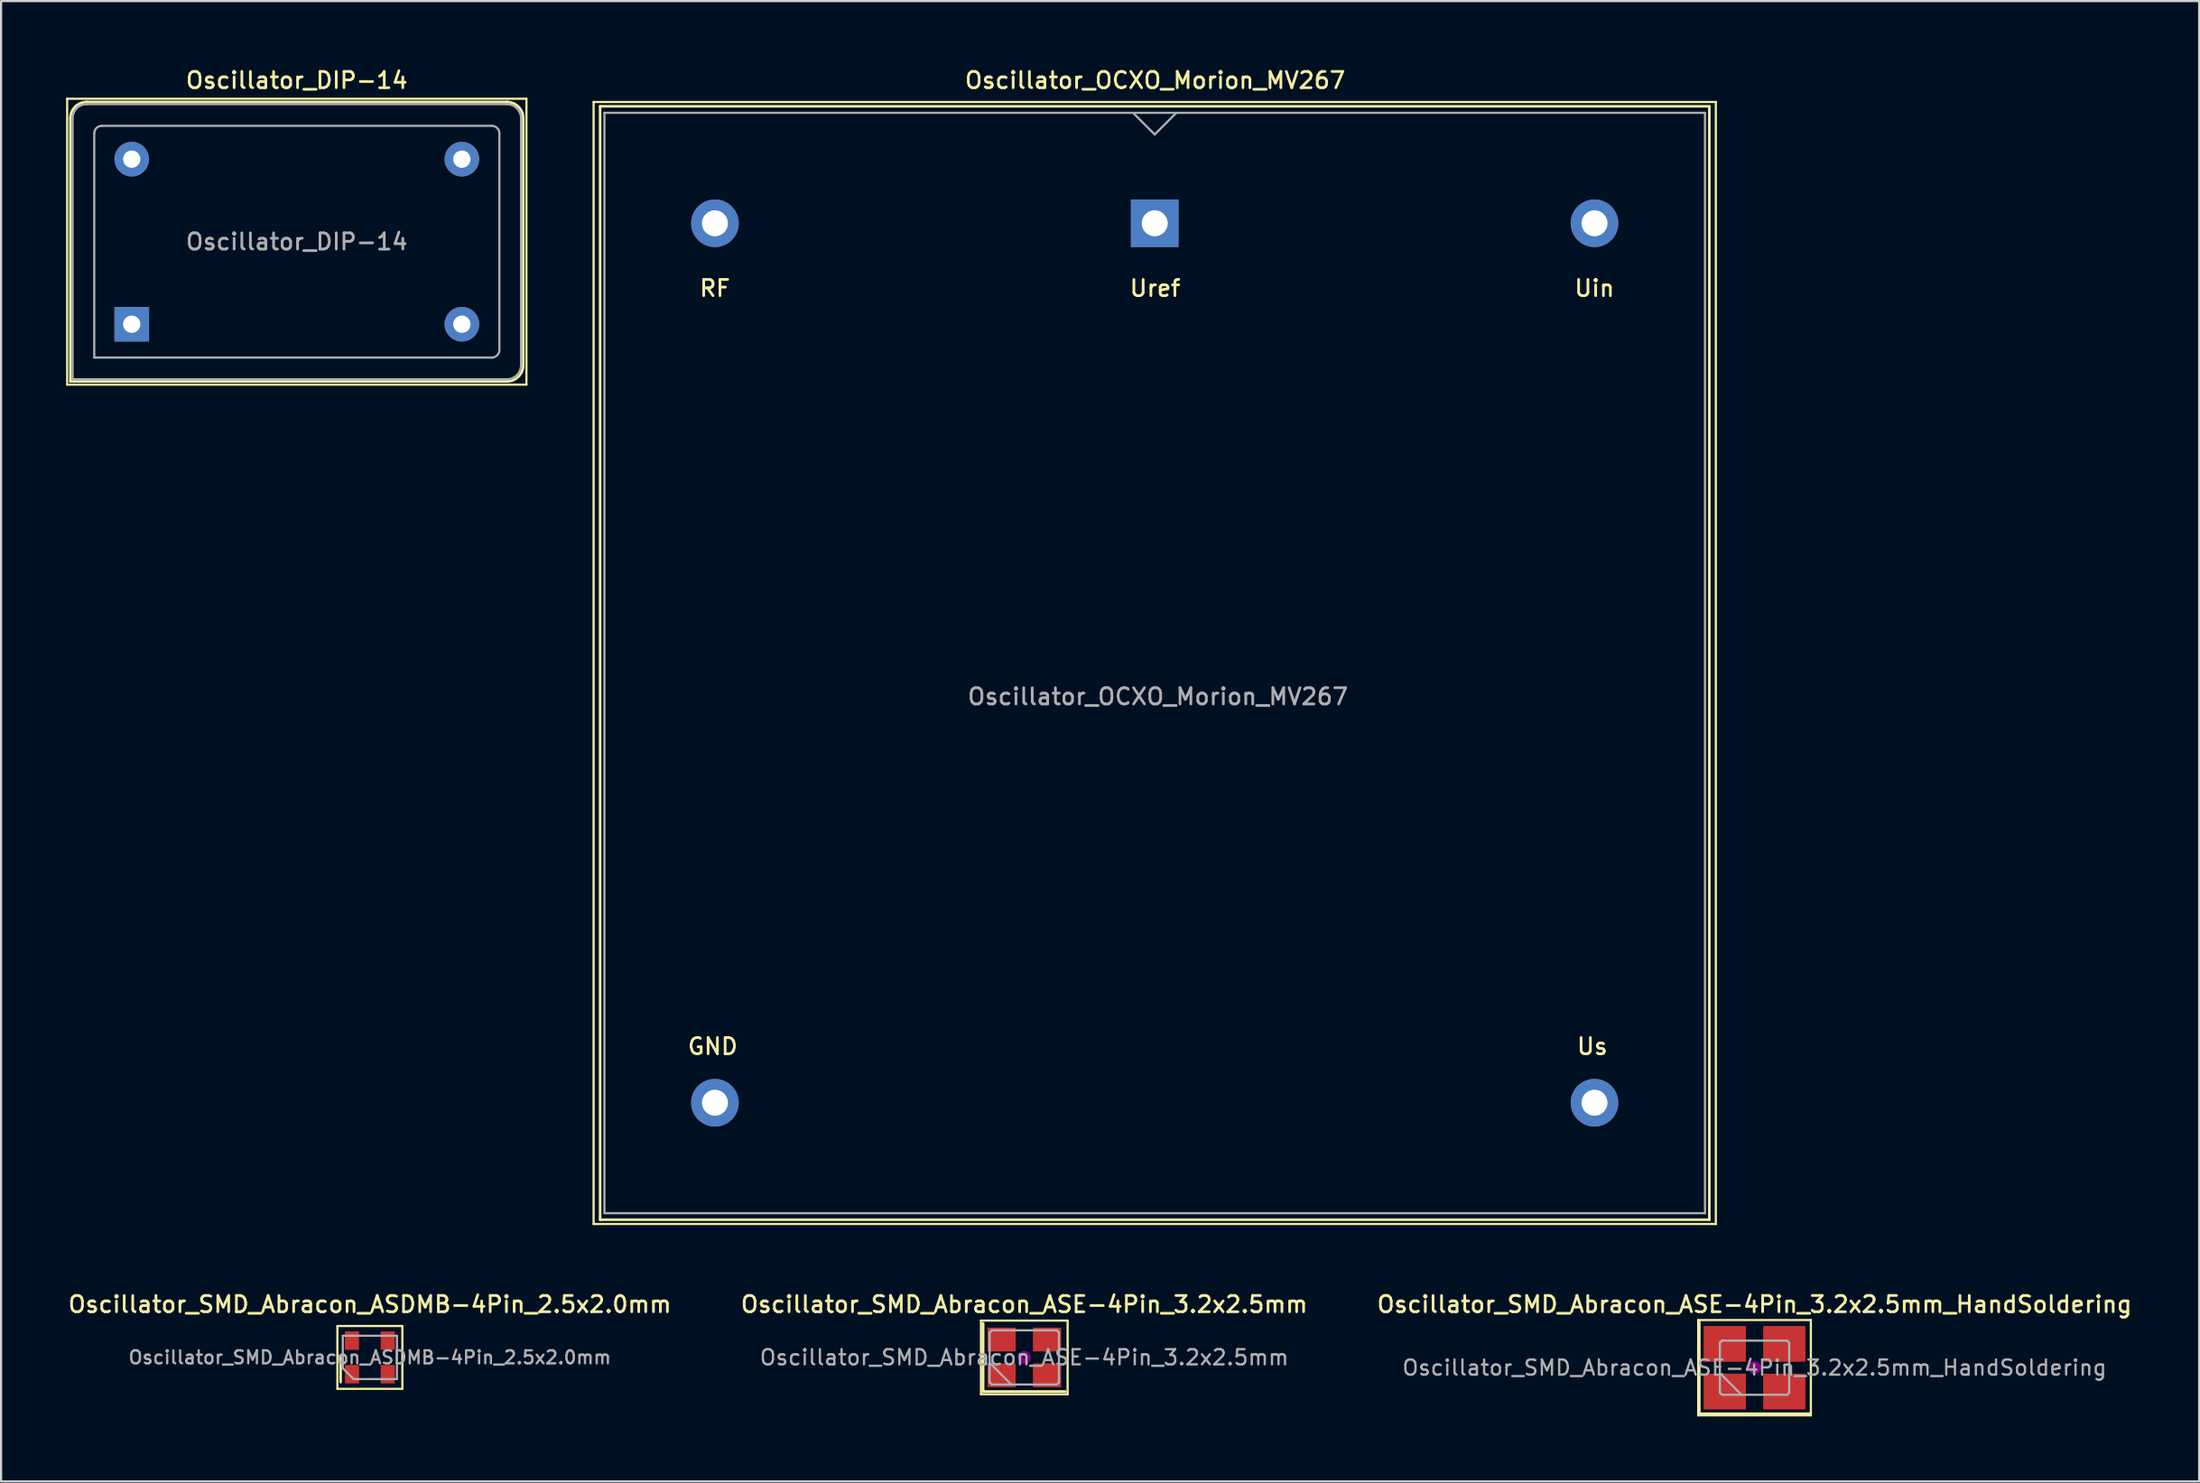
<source format=kicad_pcb>
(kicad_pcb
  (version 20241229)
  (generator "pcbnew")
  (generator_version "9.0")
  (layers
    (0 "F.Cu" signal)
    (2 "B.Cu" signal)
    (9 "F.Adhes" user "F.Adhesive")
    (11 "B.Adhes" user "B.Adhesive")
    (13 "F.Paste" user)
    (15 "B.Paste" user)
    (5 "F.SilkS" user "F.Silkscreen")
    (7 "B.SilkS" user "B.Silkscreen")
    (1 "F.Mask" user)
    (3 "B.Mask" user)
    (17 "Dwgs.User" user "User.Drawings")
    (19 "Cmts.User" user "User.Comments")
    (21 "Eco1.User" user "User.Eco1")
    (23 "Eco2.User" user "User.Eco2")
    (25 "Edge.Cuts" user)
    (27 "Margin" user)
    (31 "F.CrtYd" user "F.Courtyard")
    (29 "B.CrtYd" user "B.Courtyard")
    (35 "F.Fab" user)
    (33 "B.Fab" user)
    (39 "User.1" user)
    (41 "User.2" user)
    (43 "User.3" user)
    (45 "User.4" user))
  (footprint "Oscillator_SMD_Abracon_ASE-4Pin_3.2x2.5mm_HandSoldering"
    (layer "F.Cu")
    (at 77.937 60.091)
    (property "Reference" "Oscillator_SMD_Abracon_ASE-4Pin_3.2x2.5mm_HandSoldering" (at 0 -2.925 0) (layer "F.SilkS") (effects (font (size 0.75 0.75) (thickness 0.125))))
    (attr smd)
    (fp_line (start -2.6 -2.2) (end -2.6 2.2) (stroke (width 0.1) (type solid)) (layer "F.SilkS"))
    (fp_line (start -2.6 2.2) (end 2.6 2.2) (stroke (width 0.1) (type solid)) (layer "F.SilkS"))
    (fp_line (start -2.55 -2.125) (end -2.55 2.125) (stroke (width 0.12) (type solid)) (layer "F.SilkS"))
    (fp_line (start -2.55 2.125) (end 2.55 2.125) (stroke (width 0.12) (type solid)) (layer "F.SilkS"))
    (fp_line (start 2.6 -2.2) (end -2.6 -2.2) (stroke (width 0.1) (type solid)) (layer "F.SilkS"))
    (fp_line (start 2.6 2.2) (end 2.6 -2.2) (stroke (width 0.1) (type solid)) (layer "F.SilkS"))
    (fp_circle (center 0 0) (end 0.058 0) (stroke (width 0.117) (type solid)) (fill no) (layer "F.Adhes"))
    (fp_circle (center 0 0) (end 0.133 0) (stroke (width 0.083) (type solid)) (fill no) (layer "F.Adhes"))
    (fp_circle (center 0 0) (end 0.208 0) (stroke (width 0.083) (type solid)) (fill no) (layer "F.Adhes"))
    (fp_circle (center 0 0) (end 0.25 0) (stroke (width 0.1) (type solid)) (fill no) (layer "F.Adhes"))
    (fp_line (start -1.6 -1.15) (end -1.5 -1.25) (stroke (width 0.1) (type solid)) (layer "F.Fab"))
    (fp_line (start -1.6 0.25) (end -0.6 1.25) (stroke (width 0.1) (type solid)) (layer "F.Fab"))
    (fp_line (start -1.6 1.15) (end -1.6 -1.15) (stroke (width 0.1) (type solid)) (layer "F.Fab"))
    (fp_line (start -1.5 -1.25) (end 1.5 -1.25) (stroke (width 0.1) (type solid)) (layer "F.Fab"))
    (fp_line (start -1.5 1.25) (end -1.6 1.15) (stroke (width 0.1) (type solid)) (layer "F.Fab"))
    (fp_line (start 1.5 -1.25) (end 1.6 -1.15) (stroke (width 0.1) (type solid)) (layer "F.Fab"))
    (fp_line (start 1.5 1.25) (end -1.5 1.25) (stroke (width 0.1) (type solid)) (layer "F.Fab"))
    (fp_line (start 1.6 -1.15) (end 1.6 1.15) (stroke (width 0.1) (type solid)) (layer "F.Fab"))
    (fp_line (start 1.6 1.15) (end 1.5 1.25) (stroke (width 0.1) (type solid)) (layer "F.Fab"))
    (fp_text user "${REFERENCE}" (at 0 0 0) (layer "F.Fab") (effects (font (size 0.7 0.7) (thickness 0.105))))
    (pad "1" smd rect (at -1.375 1.1) (size 1.95 1.65) (layers "F.Cu" "F.Mask" "F.Paste"))
    (pad "2" smd rect (at 1.375 1.1) (size 1.95 1.65) (layers "F.Cu" "F.Mask" "F.Paste"))
    (pad "3" smd rect (at 1.375 -1.1) (size 1.95 1.65) (layers "F.Cu" "F.Mask" "F.Paste"))
    (pad "4" smd rect (at -1.375 -1.1) (size 1.95 1.65) (layers "F.Cu" "F.Mask" "F.Paste")))
  (footprint "Oscillator_OCXO_Morion_MV267"
    (layer "F.Cu")
    (at 50.25 7.258)
    (property "Reference" "Oscillator_OCXO_Morion_MV267" (at 0.02 -6.6 0) (layer "F.SilkS") (effects (font (size 0.75 0.75) (thickness 0.125))))
    (attr through_hole)
    (fp_line (start -25.9 -5.6) (end -25.9 46.2) (stroke (width 0.1) (type solid)) (layer "F.SilkS"))
    (fp_line (start -25.9 -5.6) (end 25.9 -5.6) (stroke (width 0.1) (type solid)) (layer "F.SilkS"))
    (fp_line (start -25.6 -5.4) (end -25.6 46) (stroke (width 0.12) (type solid)) (layer "F.SilkS"))
    (fp_line (start -25.6 46) (end 25.6 46) (stroke (width 0.12) (type solid)) (layer "F.SilkS"))
    (fp_line (start 25.6 -5.4) (end -25.6 -5.4) (stroke (width 0.12) (type solid)) (layer "F.SilkS"))
    (fp_line (start 25.6 46) (end 25.6 -5.4) (stroke (width 0.12) (type solid)) (layer "F.SilkS"))
    (fp_line (start 25.9 46.2) (end -25.9 46.2) (stroke (width 0.1) (type solid)) (layer "F.SilkS"))
    (fp_line (start 25.9 46.2) (end 25.9 -5.6) (stroke (width 0.1) (type solid)) (layer "F.SilkS"))
    (fp_line (start -25.4 -5.1) (end 25.4 -5.1) (stroke (width 0.1) (type solid)) (layer "F.Fab"))
    (fp_line (start -25.4 45.7) (end -25.4 -5.1) (stroke (width 0.1) (type solid)) (layer "F.Fab"))
    (fp_line (start -1 -5.1) (end 0 -4.1) (stroke (width 0.1) (type solid)) (layer "F.Fab"))
    (fp_line (start 0 -4.1) (end 1 -5.1) (stroke (width 0.1) (type solid)) (layer "F.Fab"))
    (fp_line (start 25.4 -5.1) (end 25.4 45.7) (stroke (width 0.1) (type solid)) (layer "F.Fab"))
    (fp_line (start 25.4 45.7) (end -25.4 45.7) (stroke (width 0.1) (type solid)) (layer "F.Fab"))
    (fp_text user "Uin" (at 20.3 3 0) (layer "F.SilkS") (effects (font (size 0.75 0.75) (thickness 0.125))))
    (fp_text user "Uref" (at 0.02 3 0) (layer "F.SilkS") (effects (font (size 0.75 0.75) (thickness 0.125))))
    (fp_text user "Us" (at 20.2 38 0) (layer "F.SilkS") (effects (font (size 0.75 0.75) (thickness 0.125))))
    (fp_text user "GND" (at -20.4 38 0) (layer "F.SilkS") (effects (font (size 0.75 0.75) (thickness 0.125))))
    (fp_text user "RF" (at -20.3 3 0) (layer "F.SilkS") (effects (font (size 0.75 0.75) (thickness 0.125))))
    (fp_text user "${REFERENCE}" (at 0.15 21.85 0) (layer "F.Fab") (effects (font (size 0.75 0.75) (thickness 0.125))))
    (pad "1" thru_hole rect (at 0 0) (size 2.2 2.2) (drill 1.2) (layers "*.Cu" "*.Mask"))
    (pad "2" thru_hole circle (at 20.3 40.6) (size 2.2 2.2) (drill 1.2) (layers "*.Cu" "*.Mask"))
    (pad "3" thru_hole circle (at -20.3 0) (size 2.2 2.2) (drill 1.2) (layers "*.Cu" "*.Mask"))
    (pad "4" thru_hole circle (at -20.3 40.6) (size 2.2 2.2) (drill 1.2) (layers "*.Cu" "*.Mask"))
    (pad "5" thru_hole circle (at 20.3 0) (size 2.2 2.2) (drill 1.2) (layers "*.Cu" "*.Mask")))
  (footprint "Oscillator_SMD_Abracon_ASE-4Pin_3.2x2.5mm"
    (layer "F.Cu")
    (at 44.23 59.616)
    (property "Reference" "Oscillator_SMD_Abracon_ASE-4Pin_3.2x2.5mm" (at 0 -2.45 0) (layer "F.SilkS") (effects (font (size 0.75 0.75) (thickness 0.125))))
    (attr smd)
    (fp_line (start -2 -1.7) (end -2 1.7) (stroke (width 0.1) (type solid)) (layer "F.SilkS"))
    (fp_line (start -2 1.7) (end 2 1.7) (stroke (width 0.1) (type solid)) (layer "F.SilkS"))
    (fp_line (start -1.9 -1.575) (end -1.9 1.575) (stroke (width 0.12) (type solid)) (layer "F.SilkS"))
    (fp_line (start -1.9 1.575) (end 1.9 1.575) (stroke (width 0.12) (type solid)) (layer "F.SilkS"))
    (fp_line (start 2 -1.7) (end -2 -1.7) (stroke (width 0.1) (type solid)) (layer "F.SilkS"))
    (fp_line (start 2 1.7) (end 2 -1.7) (stroke (width 0.1) (type solid)) (layer "F.SilkS"))
    (fp_circle (center 0 0) (end 0.058 0) (stroke (width 0.117) (type solid)) (fill no) (layer "F.Adhes"))
    (fp_circle (center 0 0) (end 0.133 0) (stroke (width 0.083) (type solid)) (fill no) (layer "F.Adhes"))
    (fp_circle (center 0 0) (end 0.208 0) (stroke (width 0.083) (type solid)) (fill no) (layer "F.Adhes"))
    (fp_circle (center 0 0) (end 0.25 0) (stroke (width 0.1) (type solid)) (fill no) (layer "F.Adhes"))
    (fp_line (start -1.6 -1.15) (end -1.5 -1.25) (stroke (width 0.1) (type solid)) (layer "F.Fab"))
    (fp_line (start -1.6 0.25) (end -0.6 1.25) (stroke (width 0.1) (type solid)) (layer "F.Fab"))
    (fp_line (start -1.6 1.15) (end -1.6 -1.15) (stroke (width 0.1) (type solid)) (layer "F.Fab"))
    (fp_line (start -1.5 -1.25) (end 1.5 -1.25) (stroke (width 0.1) (type solid)) (layer "F.Fab"))
    (fp_line (start -1.5 1.25) (end -1.6 1.15) (stroke (width 0.1) (type solid)) (layer "F.Fab"))
    (fp_line (start 1.5 -1.25) (end 1.6 -1.15) (stroke (width 0.1) (type solid)) (layer "F.Fab"))
    (fp_line (start 1.5 1.25) (end -1.5 1.25) (stroke (width 0.1) (type solid)) (layer "F.Fab"))
    (fp_line (start 1.6 -1.15) (end 1.6 1.15) (stroke (width 0.1) (type solid)) (layer "F.Fab"))
    (fp_line (start 1.6 1.15) (end 1.5 1.25) (stroke (width 0.1) (type solid)) (layer "F.Fab"))
    (fp_text user "${REFERENCE}" (at 0 0 0) (layer "F.Fab") (effects (font (size 0.7 0.7) (thickness 0.105))))
    (pad "1" smd rect (at -1.05 0.825) (size 1.3 1.1) (layers "F.Cu" "F.Mask" "F.Paste"))
    (pad "2" smd rect (at 1.05 0.825) (size 1.3 1.1) (layers "F.Cu" "F.Mask" "F.Paste"))
    (pad "3" smd rect (at 1.05 -0.825) (size 1.3 1.1) (layers "F.Cu" "F.Mask" "F.Paste"))
    (pad "4" smd rect (at -1.05 -0.825) (size 1.3 1.1) (layers "F.Cu" "F.Mask" "F.Paste")))
  (footprint "Oscillator_SMD_Abracon_ASDMB-4Pin_2.5x2.0mm"
    (layer "F.Cu")
    (at 14.023 59.616)
    (property "Reference" "Oscillator_SMD_Abracon_ASDMB-4Pin_2.5x2.0mm" (at 0 -2.45 0) (layer "F.SilkS") (effects (font (size 0.75 0.75) (thickness 0.125))))
    (attr smd)
    (fp_line (start -1.5 -1.45) (end -1.5 1.45) (stroke (width 0.1) (type solid)) (layer "F.SilkS"))
    (fp_line (start -1.5 1.45) (end 1.5 1.45) (stroke (width 0.1) (type solid)) (layer "F.SilkS"))
    (fp_line (start -1.35 0) (end -1.35 1.14) (stroke (width 0.12) (type solid)) (layer "F.SilkS"))
    (fp_line (start 1.5 -1.45) (end -1.5 -1.45) (stroke (width 0.1) (type solid)) (layer "F.SilkS"))
    (fp_line (start 1.5 1.45) (end 1.5 -1.45) (stroke (width 0.1) (type solid)) (layer "F.SilkS"))
    (fp_line (start -1.25 -1) (end 1.25 -1) (stroke (width 0.1) (type solid)) (layer "F.Fab"))
    (fp_line (start -1.25 0.5) (end -1.25 -1) (stroke (width 0.1) (type solid)) (layer "F.Fab"))
    (fp_line (start -1.25 0.5) (end -0.75 1) (stroke (width 0.1) (type solid)) (layer "F.Fab"))
    (fp_line (start 1.25 -1) (end 1.25 1) (stroke (width 0.1) (type solid)) (layer "F.Fab"))
    (fp_line (start 1.25 1) (end -0.75 1) (stroke (width 0.1) (type solid)) (layer "F.Fab"))
    (fp_text user "${REFERENCE}" (at 0 0 0) (layer "F.Fab") (effects (font (size 0.6 0.6) (thickness 0.105))))
    (pad "1" smd rect (at -0.825 0.775) (size 0.65 0.85) (layers "F.Cu" "F.Mask" "F.Paste"))
    (pad "2" smd rect (at 0.825 0.775) (size 0.65 0.85) (layers "F.Cu" "F.Mask" "F.Paste"))
    (pad "3" smd rect (at 0.825 -0.775) (size 0.65 0.85) (layers "F.Cu" "F.Mask" "F.Paste"))
    (pad "4" smd rect (at -0.825 -0.775) (size 0.65 0.85) (layers "F.Cu" "F.Mask" "F.Paste")))
  (footprint "Oscillator_DIP-14"
    (layer "F.Cu")
    (at 3.03 11.918)
    (property "Reference" "Oscillator_DIP-14" (at 7.62 -11.26 0) (layer "F.SilkS") (effects (font (size 0.75 0.75) (thickness 0.125))))
    (attr through_hole)
    (fp_line (start -2.98 -10.41) (end -2.98 2.79) (stroke (width 0.1) (type solid)) (layer "F.SilkS"))
    (fp_line (start -2.98 2.79) (end 18.22 2.79) (stroke (width 0.1) (type solid)) (layer "F.SilkS"))
    (fp_line (start -2.83 -9.51) (end -2.83 2.64) (stroke (width 0.12) (type solid)) (layer "F.SilkS"))
    (fp_line (start -2.83 2.64) (end 17.32 2.64) (stroke (width 0.12) (type solid)) (layer "F.SilkS"))
    (fp_line (start 17.32 -10.26) (end -2.08 -10.26) (stroke (width 0.12) (type solid)) (layer "F.SilkS"))
    (fp_line (start 18.07 1.89) (end 18.07 -9.51) (stroke (width 0.12) (type solid)) (layer "F.SilkS"))
    (fp_line (start 18.22 -10.41) (end -2.98 -10.41) (stroke (width 0.1) (type solid)) (layer "F.SilkS"))
    (fp_line (start 18.22 2.79) (end 18.22 -10.41) (stroke (width 0.1) (type solid)) (layer "F.SilkS"))
    (fp_arc (start -2.83 -9.51) (mid -2.61033 -10.04033) (end -2.08 -10.26) (stroke (width 0.12) (type solid)) (layer "F.SilkS"))
    (fp_arc (start 17.32 -10.26) (mid 17.85033 -10.04033) (end 18.07 -9.51) (stroke (width 0.12) (type solid)) (layer "F.SilkS"))
    (fp_arc (start 18.07 1.89) (mid 17.85033 2.42033) (end 17.32 2.64) (stroke (width 0.12) (type solid)) (layer "F.SilkS"))
    (fp_line (start -2.73 2.54) (end -2.73 -9.51) (stroke (width 0.1) (type solid)) (layer "F.Fab"))
    (fp_line (start -2.73 2.54) (end 17.32 2.54) (stroke (width 0.1) (type solid)) (layer "F.Fab"))
    (fp_line (start -2.08 -10.16) (end 17.32 -10.16) (stroke (width 0.1) (type solid)) (layer "F.Fab"))
    (fp_line (start -1.73 1.54) (end -1.73 -8.81) (stroke (width 0.1) (type solid)) (layer "F.Fab"))
    (fp_line (start -1.73 1.54) (end 16.62 1.54) (stroke (width 0.1) (type solid)) (layer "F.Fab"))
    (fp_line (start -1.38 -9.16) (end 16.62 -9.16) (stroke (width 0.1) (type solid)) (layer "F.Fab"))
    (fp_line (start 16.97 1.19) (end 16.97 -8.81) (stroke (width 0.1) (type solid)) (layer "F.Fab"))
    (fp_line (start 17.97 -9.51) (end 17.97 1.89) (stroke (width 0.1) (type solid)) (layer "F.Fab"))
    (fp_arc (start -2.73 -9.51) (mid -2.539619 -9.969619) (end -2.08 -10.16) (stroke (width 0.1) (type solid)) (layer "F.Fab"))
    (fp_arc (start -1.73 -8.81) (mid -1.627487 -9.057487) (end -1.38 -9.16) (stroke (width 0.1) (type solid)) (layer "F.Fab"))
    (fp_arc (start 16.62 -9.16) (mid 16.867487 -9.057487) (end 16.97 -8.81) (stroke (width 0.1) (type solid)) (layer "F.Fab"))
    (fp_arc (start 16.97 1.19) (mid 16.867487 1.437487) (end 16.62 1.54) (stroke (width 0.1) (type solid)) (layer "F.Fab"))
    (fp_arc (start 17.32 -10.16) (mid 17.779619 -9.969619) (end 17.97 -9.51) (stroke (width 0.1) (type solid)) (layer "F.Fab"))
    (fp_arc (start 17.97 1.89) (mid 17.779619 2.349619) (end 17.32 2.54) (stroke (width 0.1) (type solid)) (layer "F.Fab"))
    (fp_text user "${REFERENCE}" (at 7.62 -3.81 0) (layer "F.Fab") (effects (font (size 0.75 0.75) (thickness 0.125))))
    (pad "1" thru_hole rect (at 0 0) (size 1.6 1.6) (drill 0.8) (layers "*.Cu" "*.Mask"))
    (pad "7" thru_hole circle (at 15.24 0) (size 1.6 1.6) (drill 0.8) (layers "*.Cu" "*.Mask"))
    (pad "8" thru_hole circle (at 15.24 -7.62) (size 1.6 1.6) (drill 0.8) (layers "*.Cu" "*.Mask"))
    (pad "14" thru_hole circle (at 0 -7.62) (size 1.6 1.6) (drill 0.8) (layers "*.Cu" "*.Mask")))
  (gr_rect
    (start -3 -3)
    (end 98.461 65.341)
    (stroke (width 0.1) (type default))
    (fill no)
    (layer "Edge.Cuts")))
</source>
